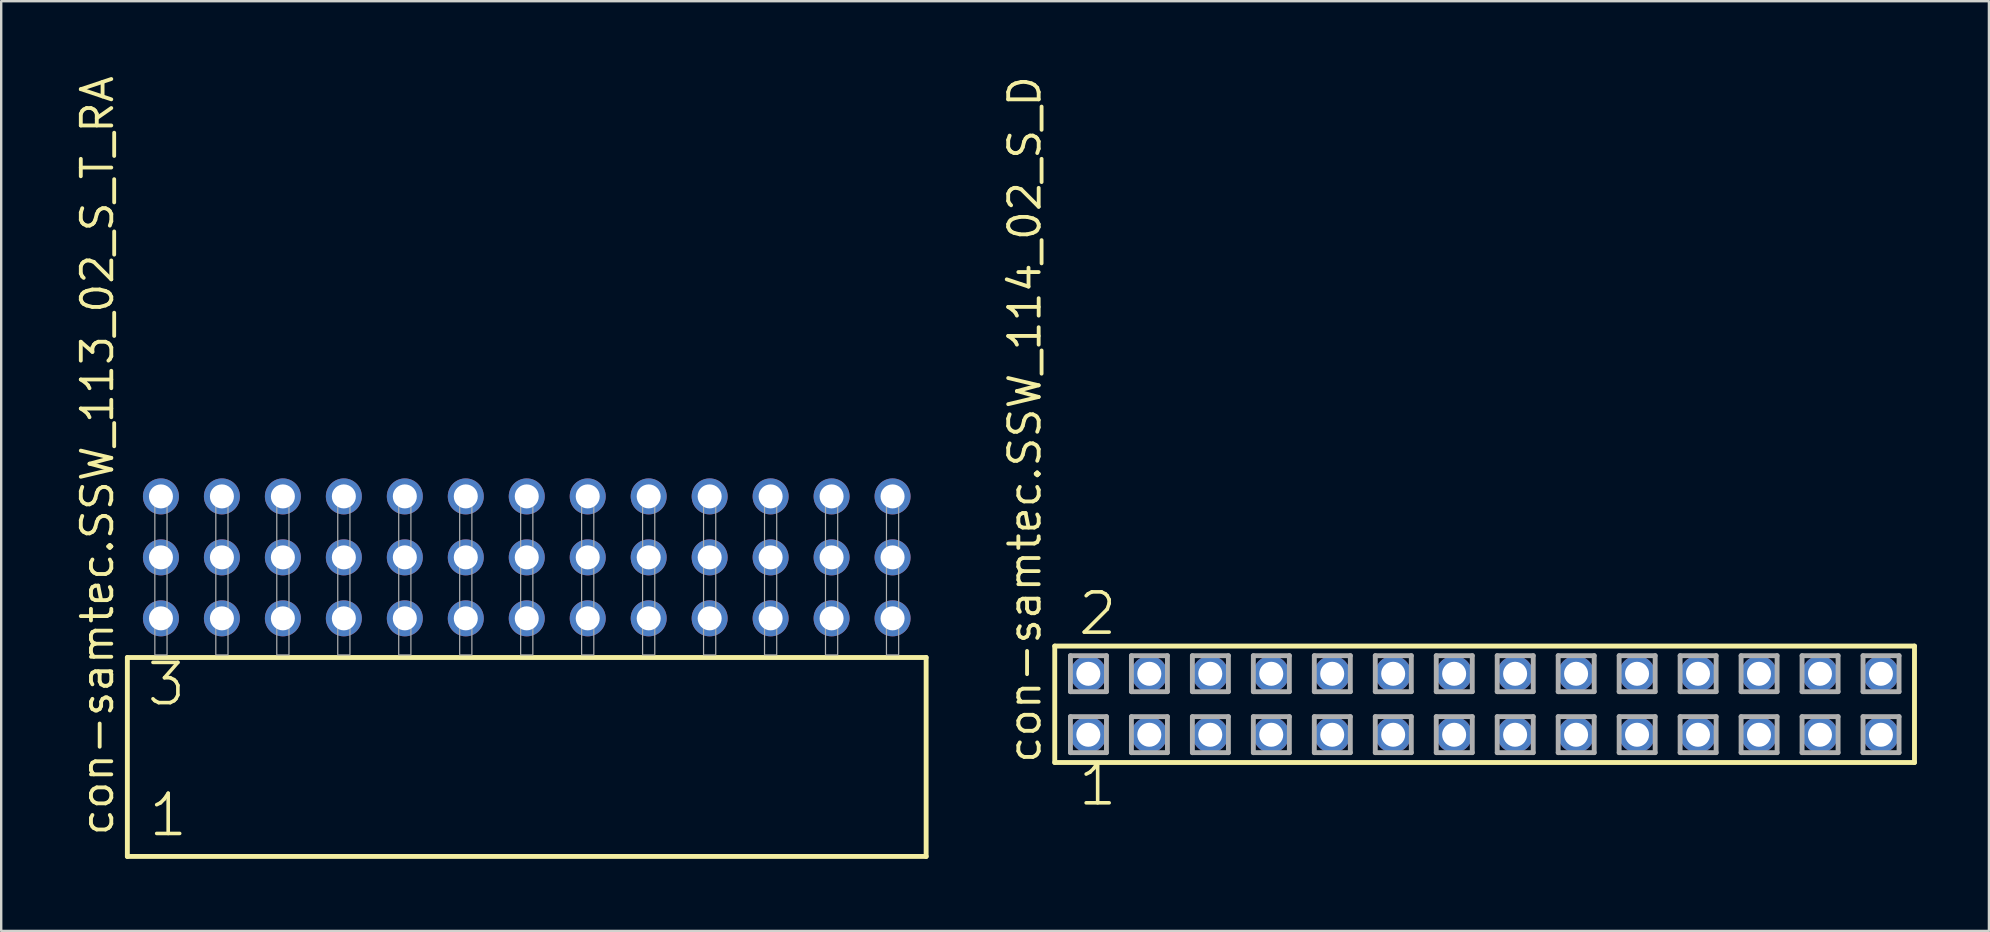
<source format=kicad_pcb>
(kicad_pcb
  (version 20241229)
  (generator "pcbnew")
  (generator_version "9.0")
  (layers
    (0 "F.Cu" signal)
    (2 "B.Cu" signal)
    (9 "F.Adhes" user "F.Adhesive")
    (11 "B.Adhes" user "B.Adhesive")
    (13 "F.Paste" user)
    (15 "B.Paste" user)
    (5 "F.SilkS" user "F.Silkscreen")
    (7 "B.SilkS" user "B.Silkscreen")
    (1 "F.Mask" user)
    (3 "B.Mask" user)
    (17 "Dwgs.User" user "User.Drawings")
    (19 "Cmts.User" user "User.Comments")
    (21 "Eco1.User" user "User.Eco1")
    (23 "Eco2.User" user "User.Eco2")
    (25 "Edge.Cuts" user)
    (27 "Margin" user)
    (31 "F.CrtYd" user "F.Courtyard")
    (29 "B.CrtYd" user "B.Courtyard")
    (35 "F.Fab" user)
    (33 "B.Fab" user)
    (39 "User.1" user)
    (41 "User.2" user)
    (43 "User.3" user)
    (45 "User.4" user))
  (footprint "con-samtec.SSW_114_02_S_D"
    (layer "F.Cu")
    (at 58.801 26.291)
    (property "Reference" "con-samtec.SSW_114_02_S_D" (at -18.415 2.54 90) (layer "F.SilkS") (effects (font (size 1.27 1.27) (thickness 0.16)) (justify left bottom)))
    (attr through_hole)
    (fp_line (start -17.909 -2.425) (end 17.909 -2.425) (stroke (width 0.203) (type default)) (layer "F.SilkS"))
    (fp_line (start -17.909 2.425) (end -17.909 -2.425) (stroke (width 0.203) (type default)) (layer "F.SilkS"))
    (fp_line (start 17.909 -2.425) (end 17.909 2.425) (stroke (width 0.203) (type default)) (layer "F.SilkS"))
    (fp_line (start 17.909 2.425) (end -17.909 2.425) (stroke (width 0.203) (type default)) (layer "F.SilkS"))
    (fp_line (start -17.255 -2.025) (end -15.755 -2.025) (stroke (width 0.203) (type default)) (layer "F.Fab"))
    (fp_line (start -17.255 -0.525) (end -17.255 -2.025) (stroke (width 0.203) (type default)) (layer "F.Fab"))
    (fp_line (start -17.255 0.515) (end -15.755 0.515) (stroke (width 0.203) (type default)) (layer "F.Fab"))
    (fp_line (start -17.255 2.015) (end -17.255 0.515) (stroke (width 0.203) (type default)) (layer "F.Fab"))
    (fp_line (start -15.755 -2.025) (end -15.755 -0.525) (stroke (width 0.203) (type default)) (layer "F.Fab"))
    (fp_line (start -15.755 -0.525) (end -17.255 -0.525) (stroke (width 0.203) (type default)) (layer "F.Fab"))
    (fp_line (start -15.755 0.515) (end -15.755 2.015) (stroke (width 0.203) (type default)) (layer "F.Fab"))
    (fp_line (start -15.755 2.015) (end -17.255 2.015) (stroke (width 0.203) (type default)) (layer "F.Fab"))
    (fp_line (start -14.715 -2.025) (end -13.215 -2.025) (stroke (width 0.203) (type default)) (layer "F.Fab"))
    (fp_line (start -14.715 -0.525) (end -14.715 -2.025) (stroke (width 0.203) (type default)) (layer "F.Fab"))
    (fp_line (start -14.715 0.515) (end -13.215 0.515) (stroke (width 0.203) (type default)) (layer "F.Fab"))
    (fp_line (start -14.715 2.015) (end -14.715 0.515) (stroke (width 0.203) (type default)) (layer "F.Fab"))
    (fp_line (start -13.215 -2.025) (end -13.215 -0.525) (stroke (width 0.203) (type default)) (layer "F.Fab"))
    (fp_line (start -13.215 -0.525) (end -14.715 -0.525) (stroke (width 0.203) (type default)) (layer "F.Fab"))
    (fp_line (start -13.215 0.515) (end -13.215 2.015) (stroke (width 0.203) (type default)) (layer "F.Fab"))
    (fp_line (start -13.215 2.015) (end -14.715 2.015) (stroke (width 0.203) (type default)) (layer "F.Fab"))
    (fp_line (start -12.175 -2.025) (end -10.675 -2.025) (stroke (width 0.203) (type default)) (layer "F.Fab"))
    (fp_line (start -12.175 -0.525) (end -12.175 -2.025) (stroke (width 0.203) (type default)) (layer "F.Fab"))
    (fp_line (start -12.175 0.515) (end -10.675 0.515) (stroke (width 0.203) (type default)) (layer "F.Fab"))
    (fp_line (start -12.175 2.015) (end -12.175 0.515) (stroke (width 0.203) (type default)) (layer "F.Fab"))
    (fp_line (start -10.675 -2.025) (end -10.675 -0.525) (stroke (width 0.203) (type default)) (layer "F.Fab"))
    (fp_line (start -10.675 -0.525) (end -12.175 -0.525) (stroke (width 0.203) (type default)) (layer "F.Fab"))
    (fp_line (start -10.675 0.515) (end -10.675 2.015) (stroke (width 0.203) (type default)) (layer "F.Fab"))
    (fp_line (start -10.675 2.015) (end -12.175 2.015) (stroke (width 0.203) (type default)) (layer "F.Fab"))
    (fp_line (start -9.635 -2.025) (end -8.135 -2.025) (stroke (width 0.203) (type default)) (layer "F.Fab"))
    (fp_line (start -9.635 -0.525) (end -9.635 -2.025) (stroke (width 0.203) (type default)) (layer "F.Fab"))
    (fp_line (start -9.635 0.515) (end -8.135 0.515) (stroke (width 0.203) (type default)) (layer "F.Fab"))
    (fp_line (start -9.635 2.015) (end -9.635 0.515) (stroke (width 0.203) (type default)) (layer "F.Fab"))
    (fp_line (start -8.135 -2.025) (end -8.135 -0.525) (stroke (width 0.203) (type default)) (layer "F.Fab"))
    (fp_line (start -8.135 -0.525) (end -9.635 -0.525) (stroke (width 0.203) (type default)) (layer "F.Fab"))
    (fp_line (start -8.135 0.515) (end -8.135 2.015) (stroke (width 0.203) (type default)) (layer "F.Fab"))
    (fp_line (start -8.135 2.015) (end -9.635 2.015) (stroke (width 0.203) (type default)) (layer "F.Fab"))
    (fp_line (start -7.095 -2.025) (end -5.595 -2.025) (stroke (width 0.203) (type default)) (layer "F.Fab"))
    (fp_line (start -7.095 -0.525) (end -7.095 -2.025) (stroke (width 0.203) (type default)) (layer "F.Fab"))
    (fp_line (start -7.095 0.515) (end -5.595 0.515) (stroke (width 0.203) (type default)) (layer "F.Fab"))
    (fp_line (start -7.095 2.015) (end -7.095 0.515) (stroke (width 0.203) (type default)) (layer "F.Fab"))
    (fp_line (start -5.595 -2.025) (end -5.595 -0.525) (stroke (width 0.203) (type default)) (layer "F.Fab"))
    (fp_line (start -5.595 -0.525) (end -7.095 -0.525) (stroke (width 0.203) (type default)) (layer "F.Fab"))
    (fp_line (start -5.595 0.515) (end -5.595 2.015) (stroke (width 0.203) (type default)) (layer "F.Fab"))
    (fp_line (start -5.595 2.015) (end -7.095 2.015) (stroke (width 0.203) (type default)) (layer "F.Fab"))
    (fp_line (start -4.555 -2.025) (end -3.055 -2.025) (stroke (width 0.203) (type default)) (layer "F.Fab"))
    (fp_line (start -4.555 -0.525) (end -4.555 -2.025) (stroke (width 0.203) (type default)) (layer "F.Fab"))
    (fp_line (start -4.555 0.515) (end -3.055 0.515) (stroke (width 0.203) (type default)) (layer "F.Fab"))
    (fp_line (start -4.555 2.015) (end -4.555 0.515) (stroke (width 0.203) (type default)) (layer "F.Fab"))
    (fp_line (start -3.055 -2.025) (end -3.055 -0.525) (stroke (width 0.203) (type default)) (layer "F.Fab"))
    (fp_line (start -3.055 -0.525) (end -4.555 -0.525) (stroke (width 0.203) (type default)) (layer "F.Fab"))
    (fp_line (start -3.055 0.515) (end -3.055 2.015) (stroke (width 0.203) (type default)) (layer "F.Fab"))
    (fp_line (start -3.055 2.015) (end -4.555 2.015) (stroke (width 0.203) (type default)) (layer "F.Fab"))
    (fp_line (start -2.015 -2.025) (end -0.515 -2.025) (stroke (width 0.203) (type default)) (layer "F.Fab"))
    (fp_line (start -2.015 -0.525) (end -2.015 -2.025) (stroke (width 0.203) (type default)) (layer "F.Fab"))
    (fp_line (start -2.015 0.515) (end -0.515 0.515) (stroke (width 0.203) (type default)) (layer "F.Fab"))
    (fp_line (start -2.015 2.015) (end -2.015 0.515) (stroke (width 0.203) (type default)) (layer "F.Fab"))
    (fp_line (start -0.515 -2.025) (end -0.515 -0.525) (stroke (width 0.203) (type default)) (layer "F.Fab"))
    (fp_line (start -0.515 -0.525) (end -2.015 -0.525) (stroke (width 0.203) (type default)) (layer "F.Fab"))
    (fp_line (start -0.515 0.515) (end -0.515 2.015) (stroke (width 0.203) (type default)) (layer "F.Fab"))
    (fp_line (start -0.515 2.015) (end -2.015 2.015) (stroke (width 0.203) (type default)) (layer "F.Fab"))
    (fp_line (start 0.525 -2.025) (end 2.025 -2.025) (stroke (width 0.203) (type default)) (layer "F.Fab"))
    (fp_line (start 0.525 -0.525) (end 0.525 -2.025) (stroke (width 0.203) (type default)) (layer "F.Fab"))
    (fp_line (start 0.525 0.515) (end 2.025 0.515) (stroke (width 0.203) (type default)) (layer "F.Fab"))
    (fp_line (start 0.525 2.015) (end 0.525 0.515) (stroke (width 0.203) (type default)) (layer "F.Fab"))
    (fp_line (start 2.025 -2.025) (end 2.025 -0.525) (stroke (width 0.203) (type default)) (layer "F.Fab"))
    (fp_line (start 2.025 -0.525) (end 0.525 -0.525) (stroke (width 0.203) (type default)) (layer "F.Fab"))
    (fp_line (start 2.025 0.515) (end 2.025 2.015) (stroke (width 0.203) (type default)) (layer "F.Fab"))
    (fp_line (start 2.025 2.015) (end 0.525 2.015) (stroke (width 0.203) (type default)) (layer "F.Fab"))
    (fp_line (start 3.065 -2.025) (end 4.565 -2.025) (stroke (width 0.203) (type default)) (layer "F.Fab"))
    (fp_line (start 3.065 -0.525) (end 3.065 -2.025) (stroke (width 0.203) (type default)) (layer "F.Fab"))
    (fp_line (start 3.065 0.515) (end 4.565 0.515) (stroke (width 0.203) (type default)) (layer "F.Fab"))
    (fp_line (start 3.065 2.015) (end 3.065 0.515) (stroke (width 0.203) (type default)) (layer "F.Fab"))
    (fp_line (start 4.565 -2.025) (end 4.565 -0.525) (stroke (width 0.203) (type default)) (layer "F.Fab"))
    (fp_line (start 4.565 -0.525) (end 3.065 -0.525) (stroke (width 0.203) (type default)) (layer "F.Fab"))
    (fp_line (start 4.565 0.515) (end 4.565 2.015) (stroke (width 0.203) (type default)) (layer "F.Fab"))
    (fp_line (start 4.565 2.015) (end 3.065 2.015) (stroke (width 0.203) (type default)) (layer "F.Fab"))
    (fp_line (start 5.605 -2.025) (end 7.105 -2.025) (stroke (width 0.203) (type default)) (layer "F.Fab"))
    (fp_line (start 5.605 -0.525) (end 5.605 -2.025) (stroke (width 0.203) (type default)) (layer "F.Fab"))
    (fp_line (start 5.605 0.515) (end 7.105 0.515) (stroke (width 0.203) (type default)) (layer "F.Fab"))
    (fp_line (start 5.605 2.015) (end 5.605 0.515) (stroke (width 0.203) (type default)) (layer "F.Fab"))
    (fp_line (start 7.105 -2.025) (end 7.105 -0.525) (stroke (width 0.203) (type default)) (layer "F.Fab"))
    (fp_line (start 7.105 -0.525) (end 5.605 -0.525) (stroke (width 0.203) (type default)) (layer "F.Fab"))
    (fp_line (start 7.105 0.515) (end 7.105 2.015) (stroke (width 0.203) (type default)) (layer "F.Fab"))
    (fp_line (start 7.105 2.015) (end 5.605 2.015) (stroke (width 0.203) (type default)) (layer "F.Fab"))
    (fp_line (start 8.145 -2.025) (end 9.645 -2.025) (stroke (width 0.203) (type default)) (layer "F.Fab"))
    (fp_line (start 8.145 -0.525) (end 8.145 -2.025) (stroke (width 0.203) (type default)) (layer "F.Fab"))
    (fp_line (start 8.145 0.515) (end 9.645 0.515) (stroke (width 0.203) (type default)) (layer "F.Fab"))
    (fp_line (start 8.145 2.015) (end 8.145 0.515) (stroke (width 0.203) (type default)) (layer "F.Fab"))
    (fp_line (start 9.645 -2.025) (end 9.645 -0.525) (stroke (width 0.203) (type default)) (layer "F.Fab"))
    (fp_line (start 9.645 -0.525) (end 8.145 -0.525) (stroke (width 0.203) (type default)) (layer "F.Fab"))
    (fp_line (start 9.645 0.515) (end 9.645 2.015) (stroke (width 0.203) (type default)) (layer "F.Fab"))
    (fp_line (start 9.645 2.015) (end 8.145 2.015) (stroke (width 0.203) (type default)) (layer "F.Fab"))
    (fp_line (start 10.685 -2.025) (end 12.185 -2.025) (stroke (width 0.203) (type default)) (layer "F.Fab"))
    (fp_line (start 10.685 -0.525) (end 10.685 -2.025) (stroke (width 0.203) (type default)) (layer "F.Fab"))
    (fp_line (start 10.685 0.515) (end 12.185 0.515) (stroke (width 0.203) (type default)) (layer "F.Fab"))
    (fp_line (start 10.685 2.015) (end 10.685 0.515) (stroke (width 0.203) (type default)) (layer "F.Fab"))
    (fp_line (start 12.185 -2.025) (end 12.185 -0.525) (stroke (width 0.203) (type default)) (layer "F.Fab"))
    (fp_line (start 12.185 -0.525) (end 10.685 -0.525) (stroke (width 0.203) (type default)) (layer "F.Fab"))
    (fp_line (start 12.185 0.515) (end 12.185 2.015) (stroke (width 0.203) (type default)) (layer "F.Fab"))
    (fp_line (start 12.185 2.015) (end 10.685 2.015) (stroke (width 0.203) (type default)) (layer "F.Fab"))
    (fp_line (start 13.225 -2.025) (end 14.725 -2.025) (stroke (width 0.203) (type default)) (layer "F.Fab"))
    (fp_line (start 13.225 -0.525) (end 13.225 -2.025) (stroke (width 0.203) (type default)) (layer "F.Fab"))
    (fp_line (start 13.225 0.515) (end 14.725 0.515) (stroke (width 0.203) (type default)) (layer "F.Fab"))
    (fp_line (start 13.225 2.015) (end 13.225 0.515) (stroke (width 0.203) (type default)) (layer "F.Fab"))
    (fp_line (start 14.725 -2.025) (end 14.725 -0.525) (stroke (width 0.203) (type default)) (layer "F.Fab"))
    (fp_line (start 14.725 -0.525) (end 13.225 -0.525) (stroke (width 0.203) (type default)) (layer "F.Fab"))
    (fp_line (start 14.725 0.515) (end 14.725 2.015) (stroke (width 0.203) (type default)) (layer "F.Fab"))
    (fp_line (start 14.725 2.015) (end 13.225 2.015) (stroke (width 0.203) (type default)) (layer "F.Fab"))
    (fp_line (start 15.765 -2.025) (end 17.265 -2.025) (stroke (width 0.203) (type default)) (layer "F.Fab"))
    (fp_line (start 15.765 -0.525) (end 15.765 -2.025) (stroke (width 0.203) (type default)) (layer "F.Fab"))
    (fp_line (start 15.765 0.515) (end 17.265 0.515) (stroke (width 0.203) (type default)) (layer "F.Fab"))
    (fp_line (start 15.765 2.015) (end 15.765 0.515) (stroke (width 0.203) (type default)) (layer "F.Fab"))
    (fp_line (start 17.265 -2.025) (end 17.265 -0.525) (stroke (width 0.203) (type default)) (layer "F.Fab"))
    (fp_line (start 17.265 -0.525) (end 15.765 -0.525) (stroke (width 0.203) (type default)) (layer "F.Fab"))
    (fp_line (start 17.265 0.515) (end 17.265 2.015) (stroke (width 0.203) (type default)) (layer "F.Fab"))
    (fp_line (start 17.265 2.015) (end 15.765 2.015) (stroke (width 0.203) (type default)) (layer "F.Fab"))
    (fp_text user "2" (at -17.018 -2.794 0) (layer "F.SilkS") (effects (font (size 1.676 1.676) (thickness 0.15)) (justify left bottom)))
    (fp_text user "1" (at -17.018 4.318 0) (layer "F.SilkS") (effects (font (size 1.676 1.676) (thickness 0.15)) (justify left bottom)))
    (pad "1" thru_hole circle (at -16.51 1.27) (size 1.5 1.5) (drill 1) (layers "*.Cu" "*.Mask"))
    (pad "2" thru_hole circle (at -16.51 -1.27) (size 1.5 1.5) (drill 1) (layers "*.Cu" "*.Mask"))
    (pad "3" thru_hole circle (at -13.97 1.27) (size 1.5 1.5) (drill 1) (layers "*.Cu" "*.Mask"))
    (pad "4" thru_hole circle (at -13.97 -1.27) (size 1.5 1.5) (drill 1) (layers "*.Cu" "*.Mask"))
    (pad "5" thru_hole circle (at -11.43 1.27) (size 1.5 1.5) (drill 1) (layers "*.Cu" "*.Mask"))
    (pad "6" thru_hole circle (at -11.43 -1.27) (size 1.5 1.5) (drill 1) (layers "*.Cu" "*.Mask"))
    (pad "7" thru_hole circle (at -8.89 1.27) (size 1.5 1.5) (drill 1) (layers "*.Cu" "*.Mask"))
    (pad "8" thru_hole circle (at -8.89 -1.27) (size 1.5 1.5) (drill 1) (layers "*.Cu" "*.Mask"))
    (pad "9" thru_hole circle (at -6.35 1.27) (size 1.5 1.5) (drill 1) (layers "*.Cu" "*.Mask"))
    (pad "10" thru_hole circle (at -6.35 -1.27) (size 1.5 1.5) (drill 1) (layers "*.Cu" "*.Mask"))
    (pad "11" thru_hole circle (at -3.81 1.27) (size 1.5 1.5) (drill 1) (layers "*.Cu" "*.Mask"))
    (pad "12" thru_hole circle (at -3.81 -1.27) (size 1.5 1.5) (drill 1) (layers "*.Cu" "*.Mask"))
    (pad "13" thru_hole circle (at -1.27 1.27) (size 1.5 1.5) (drill 1) (layers "*.Cu" "*.Mask"))
    (pad "14" thru_hole circle (at -1.27 -1.27) (size 1.5 1.5) (drill 1) (layers "*.Cu" "*.Mask"))
    (pad "15" thru_hole circle (at 1.27 1.27) (size 1.5 1.5) (drill 1) (layers "*.Cu" "*.Mask"))
    (pad "16" thru_hole circle (at 1.27 -1.27) (size 1.5 1.5) (drill 1) (layers "*.Cu" "*.Mask"))
    (pad "17" thru_hole circle (at 3.81 1.27) (size 1.5 1.5) (drill 1) (layers "*.Cu" "*.Mask"))
    (pad "18" thru_hole circle (at 3.81 -1.27) (size 1.5 1.5) (drill 1) (layers "*.Cu" "*.Mask"))
    (pad "19" thru_hole circle (at 6.35 1.27) (size 1.5 1.5) (drill 1) (layers "*.Cu" "*.Mask"))
    (pad "20" thru_hole circle (at 6.35 -1.27) (size 1.5 1.5) (drill 1) (layers "*.Cu" "*.Mask"))
    (pad "21" thru_hole circle (at 8.89 1.27) (size 1.5 1.5) (drill 1) (layers "*.Cu" "*.Mask"))
    (pad "22" thru_hole circle (at 8.89 -1.27) (size 1.5 1.5) (drill 1) (layers "*.Cu" "*.Mask"))
    (pad "23" thru_hole circle (at 11.43 1.27) (size 1.5 1.5) (drill 1) (layers "*.Cu" "*.Mask"))
    (pad "24" thru_hole circle (at 11.43 -1.27) (size 1.5 1.5) (drill 1) (layers "*.Cu" "*.Mask"))
    (pad "25" thru_hole circle (at 13.97 1.27) (size 1.5 1.5) (drill 1) (layers "*.Cu" "*.Mask"))
    (pad "26" thru_hole circle (at 13.97 -1.27) (size 1.5 1.5) (drill 1) (layers "*.Cu" "*.Mask"))
    (pad "27" thru_hole circle (at 16.51 1.27) (size 1.5 1.5) (drill 1) (layers "*.Cu" "*.Mask"))
    (pad "28" thru_hole circle (at 16.51 -1.27) (size 1.5 1.5) (drill 1) (layers "*.Cu" "*.Mask")))
  (footprint "con-samtec.SSW_113_02_S_T_RA"
    (layer "F.Cu")
    (at 18.895 24.235)
    (property "Reference" "con-samtec.SSW_113_02_S_T_RA" (at -17.145 7.62 90) (layer "F.SilkS") (effects (font (size 1.27 1.27) (thickness 0.16)) (justify left bottom)))
    (attr through_hole)
    (fp_line (start -16.639 0.106) (end -16.639 8.396) (stroke (width 0.203) (type default)) (layer "F.SilkS"))
    (fp_line (start -16.639 8.396) (end 16.639 8.396) (stroke (width 0.203) (type default)) (layer "F.SilkS"))
    (fp_line (start 16.639 0.106) (end -16.639 0.106) (stroke (width 0.203) (type default)) (layer "F.SilkS"))
    (fp_line (start 16.639 8.396) (end 16.639 0.106) (stroke (width 0.203) (type default)) (layer "F.SilkS"))
    (fp_rect (start -15.494 0) (end -14.986 -6.858) (stroke (width 0.05) (type default)) (fill no) (layer "F.Fab"))
    (fp_rect (start -12.954 0) (end -12.446 -6.858) (stroke (width 0.05) (type default)) (fill no) (layer "F.Fab"))
    (fp_rect (start -10.414 0) (end -9.906 -6.858) (stroke (width 0.05) (type default)) (fill no) (layer "F.Fab"))
    (fp_rect (start -7.874 0) (end -7.366 -6.858) (stroke (width 0.05) (type default)) (fill no) (layer "F.Fab"))
    (fp_rect (start -5.334 0) (end -4.826 -6.858) (stroke (width 0.05) (type default)) (fill no) (layer "F.Fab"))
    (fp_rect (start -2.794 0) (end -2.286 -6.858) (stroke (width 0.05) (type default)) (fill no) (layer "F.Fab"))
    (fp_rect (start -0.254 0) (end 0.254 -6.858) (stroke (width 0.05) (type default)) (fill no) (layer "F.Fab"))
    (fp_rect (start 2.286 0) (end 2.794 -6.858) (stroke (width 0.05) (type default)) (fill no) (layer "F.Fab"))
    (fp_rect (start 4.826 0) (end 5.334 -6.858) (stroke (width 0.05) (type default)) (fill no) (layer "F.Fab"))
    (fp_rect (start 7.366 0) (end 7.874 -6.858) (stroke (width 0.05) (type default)) (fill no) (layer "F.Fab"))
    (fp_rect (start 9.906 0) (end 10.414 -6.858) (stroke (width 0.05) (type default)) (fill no) (layer "F.Fab"))
    (fp_rect (start 12.446 0) (end 12.954 -6.858) (stroke (width 0.05) (type default)) (fill no) (layer "F.Fab"))
    (fp_rect (start 14.986 0) (end 15.494 -6.858) (stroke (width 0.05) (type default)) (fill no) (layer "F.Fab"))
    (fp_text user "1" (at -15.835 7.65 0) (layer "F.SilkS") (effects (font (size 1.676 1.676) (thickness 0.15)) (justify left bottom)))
    (fp_text user "3" (at -15.91 2.2 0) (layer "F.SilkS") (effects (font (size 1.676 1.676) (thickness 0.15)) (justify left bottom)))
    (pad "1" thru_hole circle (at -15.24 -1.524) (size 1.5 1.5) (drill 1) (layers "*.Cu" "*.Mask"))
    (pad "2" thru_hole circle (at -15.24 -4.064) (size 1.5 1.5) (drill 1) (layers "*.Cu" "*.Mask"))
    (pad "3" thru_hole circle (at -15.24 -6.604) (size 1.5 1.5) (drill 1) (layers "*.Cu" "*.Mask"))
    (pad "4" thru_hole circle (at -12.7 -1.524) (size 1.5 1.5) (drill 1) (layers "*.Cu" "*.Mask"))
    (pad "5" thru_hole circle (at -12.7 -4.064) (size 1.5 1.5) (drill 1) (layers "*.Cu" "*.Mask"))
    (pad "6" thru_hole circle (at -12.7 -6.604) (size 1.5 1.5) (drill 1) (layers "*.Cu" "*.Mask"))
    (pad "7" thru_hole circle (at -10.16 -1.524) (size 1.5 1.5) (drill 1) (layers "*.Cu" "*.Mask"))
    (pad "8" thru_hole circle (at -10.16 -4.064) (size 1.5 1.5) (drill 1) (layers "*.Cu" "*.Mask"))
    (pad "9" thru_hole circle (at -10.16 -6.604) (size 1.5 1.5) (drill 1) (layers "*.Cu" "*.Mask"))
    (pad "10" thru_hole circle (at -7.62 -1.524) (size 1.5 1.5) (drill 1) (layers "*.Cu" "*.Mask"))
    (pad "11" thru_hole circle (at -7.62 -4.064) (size 1.5 1.5) (drill 1) (layers "*.Cu" "*.Mask"))
    (pad "12" thru_hole circle (at -7.62 -6.604) (size 1.5 1.5) (drill 1) (layers "*.Cu" "*.Mask"))
    (pad "13" thru_hole circle (at -5.08 -1.524) (size 1.5 1.5) (drill 1) (layers "*.Cu" "*.Mask"))
    (pad "14" thru_hole circle (at -5.08 -4.064) (size 1.5 1.5) (drill 1) (layers "*.Cu" "*.Mask"))
    (pad "15" thru_hole circle (at -5.08 -6.604) (size 1.5 1.5) (drill 1) (layers "*.Cu" "*.Mask"))
    (pad "16" thru_hole circle (at -2.54 -1.524) (size 1.5 1.5) (drill 1) (layers "*.Cu" "*.Mask"))
    (pad "17" thru_hole circle (at -2.54 -4.064) (size 1.5 1.5) (drill 1) (layers "*.Cu" "*.Mask"))
    (pad "18" thru_hole circle (at -2.54 -6.604) (size 1.5 1.5) (drill 1) (layers "*.Cu" "*.Mask"))
    (pad "19" thru_hole circle (at 0 -1.524) (size 1.5 1.5) (drill 1) (layers "*.Cu" "*.Mask"))
    (pad "20" thru_hole circle (at 0 -4.064) (size 1.5 1.5) (drill 1) (layers "*.Cu" "*.Mask"))
    (pad "21" thru_hole circle (at 0 -6.604) (size 1.5 1.5) (drill 1) (layers "*.Cu" "*.Mask"))
    (pad "22" thru_hole circle (at 2.54 -1.524) (size 1.5 1.5) (drill 1) (layers "*.Cu" "*.Mask"))
    (pad "23" thru_hole circle (at 2.54 -4.064) (size 1.5 1.5) (drill 1) (layers "*.Cu" "*.Mask"))
    (pad "24" thru_hole circle (at 2.54 -6.604) (size 1.5 1.5) (drill 1) (layers "*.Cu" "*.Mask"))
    (pad "25" thru_hole circle (at 5.08 -1.524) (size 1.5 1.5) (drill 1) (layers "*.Cu" "*.Mask"))
    (pad "26" thru_hole circle (at 5.08 -4.064) (size 1.5 1.5) (drill 1) (layers "*.Cu" "*.Mask"))
    (pad "27" thru_hole circle (at 5.08 -6.604) (size 1.5 1.5) (drill 1) (layers "*.Cu" "*.Mask"))
    (pad "28" thru_hole circle (at 7.62 -1.524) (size 1.5 1.5) (drill 1) (layers "*.Cu" "*.Mask"))
    (pad "29" thru_hole circle (at 7.62 -4.064) (size 1.5 1.5) (drill 1) (layers "*.Cu" "*.Mask"))
    (pad "30" thru_hole circle (at 7.62 -6.604) (size 1.5 1.5) (drill 1) (layers "*.Cu" "*.Mask"))
    (pad "31" thru_hole circle (at 10.16 -1.524) (size 1.5 1.5) (drill 1) (layers "*.Cu" "*.Mask"))
    (pad "32" thru_hole circle (at 10.16 -4.064) (size 1.5 1.5) (drill 1) (layers "*.Cu" "*.Mask"))
    (pad "33" thru_hole circle (at 10.16 -6.604) (size 1.5 1.5) (drill 1) (layers "*.Cu" "*.Mask"))
    (pad "34" thru_hole circle (at 12.7 -1.524) (size 1.5 1.5) (drill 1) (layers "*.Cu" "*.Mask"))
    (pad "35" thru_hole circle (at 12.7 -4.064) (size 1.5 1.5) (drill 1) (layers "*.Cu" "*.Mask"))
    (pad "36" thru_hole circle (at 12.7 -6.604) (size 1.5 1.5) (drill 1) (layers "*.Cu" "*.Mask"))
    (pad "37" thru_hole circle (at 15.24 -1.524) (size 1.5 1.5) (drill 1) (layers "*.Cu" "*.Mask"))
    (pad "38" thru_hole circle (at 15.24 -4.064) (size 1.5 1.5) (drill 1) (layers "*.Cu" "*.Mask"))
    (pad "39" thru_hole circle (at 15.24 -6.604) (size 1.5 1.5) (drill 1) (layers "*.Cu" "*.Mask")))
  (gr_rect
    (start -3 -3)
    (end 79.811 35.733)
    (stroke (width 0.1) (type default))
    (fill no)
    (layer "Edge.Cuts")))
</source>
